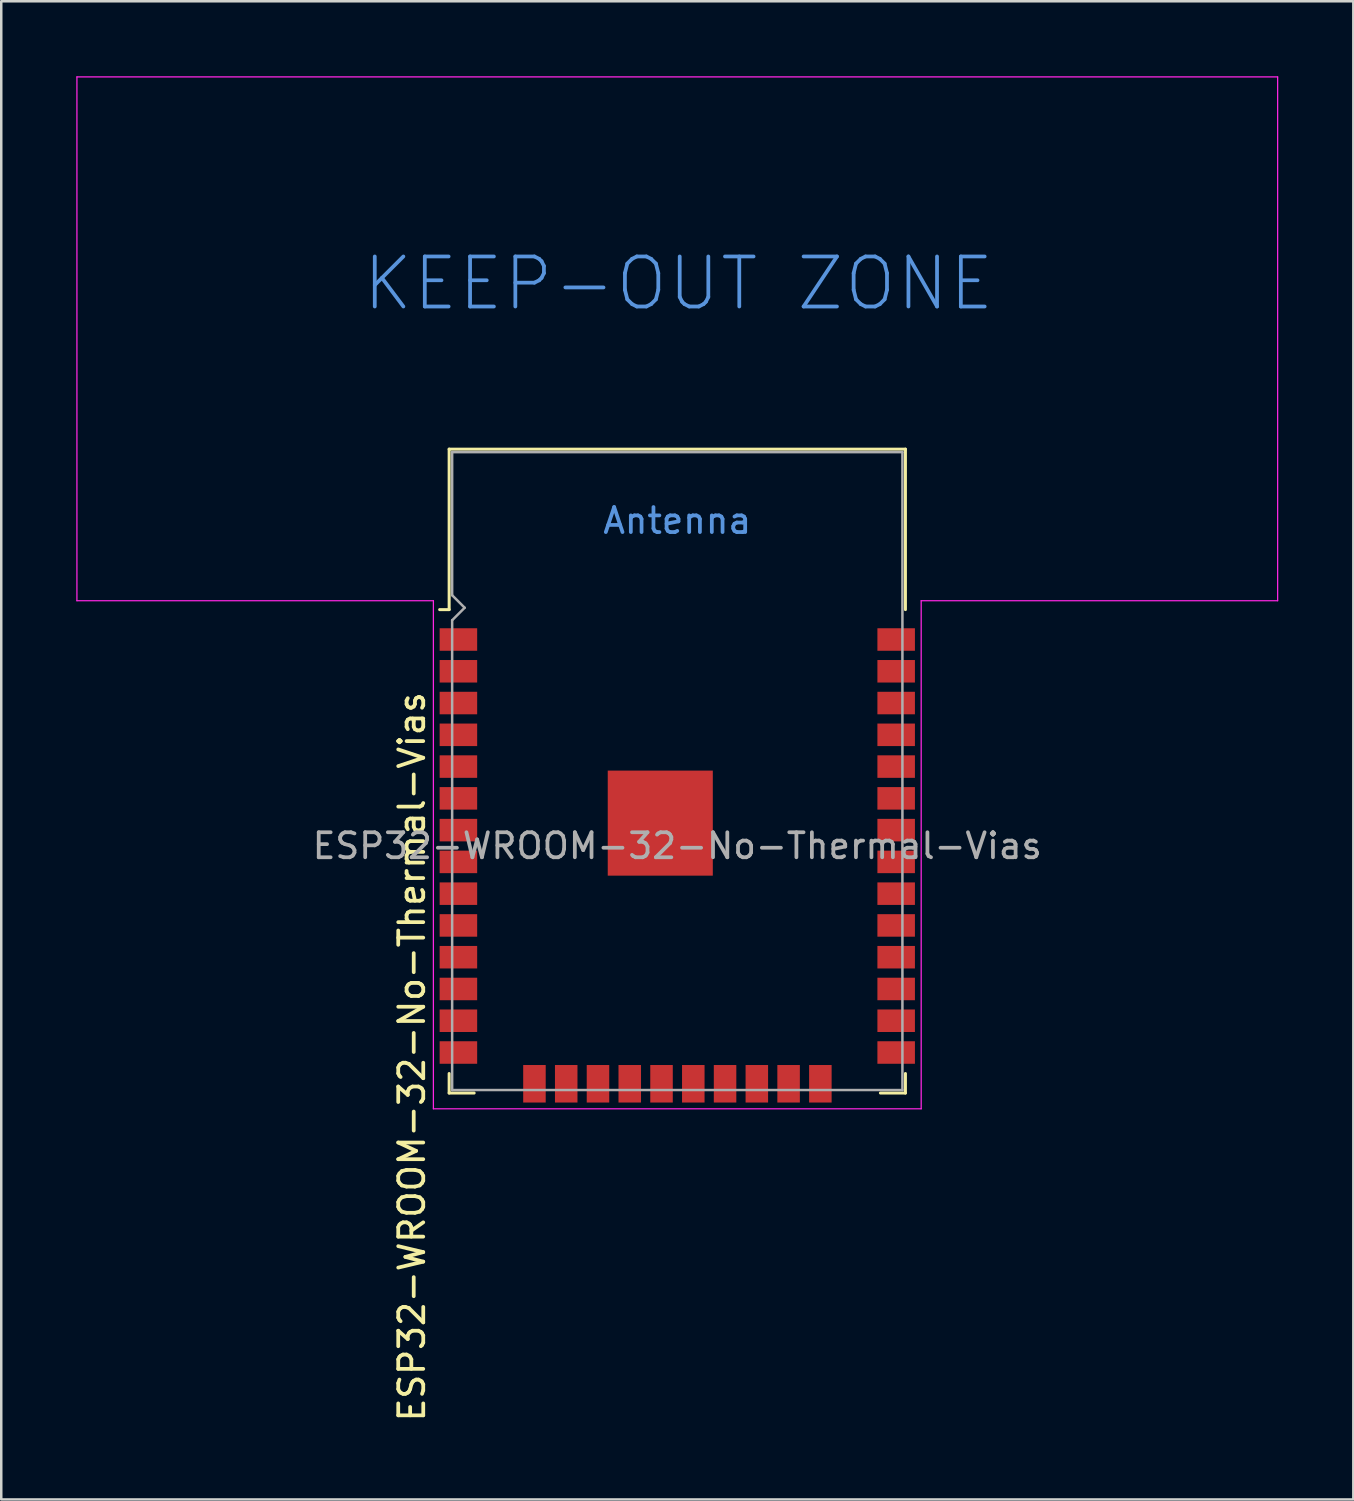
<source format=kicad_pcb>
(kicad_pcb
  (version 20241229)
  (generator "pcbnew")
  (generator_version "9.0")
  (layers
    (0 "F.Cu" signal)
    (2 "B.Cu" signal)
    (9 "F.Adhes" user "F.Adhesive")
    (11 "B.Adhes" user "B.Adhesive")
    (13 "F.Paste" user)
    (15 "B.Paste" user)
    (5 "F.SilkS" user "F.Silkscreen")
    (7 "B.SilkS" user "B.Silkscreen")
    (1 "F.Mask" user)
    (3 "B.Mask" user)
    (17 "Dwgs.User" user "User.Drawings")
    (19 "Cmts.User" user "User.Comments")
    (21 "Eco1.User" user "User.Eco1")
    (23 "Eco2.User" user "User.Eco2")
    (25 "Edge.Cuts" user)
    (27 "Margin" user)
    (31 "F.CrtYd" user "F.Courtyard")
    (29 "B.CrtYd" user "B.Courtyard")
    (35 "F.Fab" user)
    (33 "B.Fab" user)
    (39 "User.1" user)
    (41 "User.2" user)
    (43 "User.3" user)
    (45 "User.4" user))
  (footprint "ESP32-WROOM-32-No-Thermal-Vias"
    (layer "F.Cu")
    (at 24.025 30.765)
    (property "Reference" "ESP32-WROOM-32-No-Thermal-Vias" (at -10.61 8.43 90) (layer "F.SilkS") (effects (font (size 1 1) (thickness 0.15))))
    (attr smd)
    (fp_line (start -9.12 -15.86) (end -9.12 -9.445) (stroke (width 0.12) (type solid)) (layer "F.SilkS"))
    (fp_line (start -9.12 -15.86) (end 9.12 -15.86) (stroke (width 0.12) (type solid)) (layer "F.SilkS"))
    (fp_line (start -9.12 -9.445) (end -9.5 -9.445) (stroke (width 0.12) (type solid)) (layer "F.SilkS"))
    (fp_line (start -9.12 9.1) (end -9.12 9.88) (stroke (width 0.12) (type solid)) (layer "F.SilkS"))
    (fp_line (start -9.12 9.88) (end -8.12 9.88) (stroke (width 0.12) (type solid)) (layer "F.SilkS"))
    (fp_line (start 9.12 -15.86) (end 9.12 -9.445) (stroke (width 0.12) (type solid)) (layer "F.SilkS"))
    (fp_line (start 9.12 9.1) (end 9.12 9.88) (stroke (width 0.12) (type solid)) (layer "F.SilkS"))
    (fp_line (start 9.12 9.88) (end 8.12 9.88) (stroke (width 0.12) (type solid)) (layer "F.SilkS"))
    (fp_line (start -24 -30.74) (end -24 -9.8) (stroke (width 0.05) (type solid)) (layer "F.CrtYd"))
    (fp_line (start -24 -9.8) (end -9.75 -9.8) (stroke (width 0.05) (type solid)) (layer "F.CrtYd"))
    (fp_line (start -9.75 10.51) (end -9.75 -9.8) (stroke (width 0.05) (type solid)) (layer "F.CrtYd"))
    (fp_line (start -9.75 10.51) (end 9.75 10.51) (stroke (width 0.05) (type solid)) (layer "F.CrtYd"))
    (fp_line (start 9.75 -9.8) (end 9.75 10.51) (stroke (width 0.05) (type solid)) (layer "F.CrtYd"))
    (fp_line (start 9.75 -9.8) (end 24 -9.8) (stroke (width 0.05) (type solid)) (layer "F.CrtYd"))
    (fp_line (start 24 -30.74) (end -24 -30.74) (stroke (width 0.05) (type solid)) (layer "F.CrtYd"))
    (fp_line (start 24 -9.8) (end 24 -30.74) (stroke (width 0.05) (type solid)) (layer "F.CrtYd"))
    (fp_line (start -9 -15.74) (end -9 -10.02) (stroke (width 0.1) (type solid)) (layer "F.Fab"))
    (fp_line (start -9 -15.74) (end 9 -15.74) (stroke (width 0.1) (type solid)) (layer "F.Fab"))
    (fp_line (start -9 -9.02) (end -9 9.76) (stroke (width 0.1) (type solid)) (layer "F.Fab"))
    (fp_line (start -9 -9.02) (end -8.5 -9.52) (stroke (width 0.1) (type solid)) (layer "F.Fab"))
    (fp_line (start -9 9.76) (end 9 9.76) (stroke (width 0.1) (type solid)) (layer "F.Fab"))
    (fp_line (start -8.5 -9.52) (end -9 -10.02) (stroke (width 0.1) (type solid)) (layer "F.Fab"))
    (fp_line (start 9 9.76) (end 9 -15.74) (stroke (width 0.1) (type solid)) (layer "F.Fab"))
    (fp_text user "Antenna" (at 0 -13 0) (layer "Cmts.User") (effects (font (size 1 1) (thickness 0.15))))
    (fp_text user "KEEP-OUT ZONE" (at 0.05 -22.48 0) (layer "Cmts.User") (effects (font (size 2 2) (thickness 0.15))))
    (fp_text user "${REFERENCE}" (at 0 0 0) (layer "F.Fab") (effects (font (size 1 1) (thickness 0.15))))
    (pad "1" smd rect (at -8.75 -8.25) (size 1.5 0.9) (layers "F.Cu" "F.Mask" "F.Paste"))
    (pad "2" smd rect (at -8.75 -6.98) (size 1.5 0.9) (layers "F.Cu" "F.Mask" "F.Paste"))
    (pad "3" smd rect (at -8.75 -5.71) (size 1.5 0.9) (layers "F.Cu" "F.Mask" "F.Paste"))
    (pad "4" smd rect (at -8.75 -4.44) (size 1.5 0.9) (layers "F.Cu" "F.Mask" "F.Paste"))
    (pad "5" smd rect (at -8.75 -3.17) (size 1.5 0.9) (layers "F.Cu" "F.Mask" "F.Paste"))
    (pad "6" smd rect (at -8.75 -1.9) (size 1.5 0.9) (layers "F.Cu" "F.Mask" "F.Paste"))
    (pad "7" smd rect (at -8.75 -0.63) (size 1.5 0.9) (layers "F.Cu" "F.Mask" "F.Paste"))
    (pad "8" smd rect (at -8.75 0.64) (size 1.5 0.9) (layers "F.Cu" "F.Mask" "F.Paste"))
    (pad "9" smd rect (at -8.75 1.91) (size 1.5 0.9) (layers "F.Cu" "F.Mask" "F.Paste"))
    (pad "10" smd rect (at -8.75 3.18) (size 1.5 0.9) (layers "F.Cu" "F.Mask" "F.Paste"))
    (pad "11" smd rect (at -8.75 4.45) (size 1.5 0.9) (layers "F.Cu" "F.Mask" "F.Paste"))
    (pad "12" smd rect (at -8.75 5.72) (size 1.5 0.9) (layers "F.Cu" "F.Mask" "F.Paste"))
    (pad "13" smd rect (at -8.75 6.99) (size 1.5 0.9) (layers "F.Cu" "F.Mask" "F.Paste"))
    (pad "14" smd rect (at -8.75 8.26) (size 1.5 0.9) (layers "F.Cu" "F.Mask" "F.Paste"))
    (pad "15" smd rect (at -5.71 9.51 90) (size 1.5 0.9) (layers "F.Cu" "F.Mask" "F.Paste"))
    (pad "16" smd rect (at -4.44 9.51 90) (size 1.5 0.9) (layers "F.Cu" "F.Mask" "F.Paste"))
    (pad "17" smd rect (at -3.17 9.51 90) (size 1.5 0.9) (layers "F.Cu" "F.Mask" "F.Paste"))
    (pad "18" smd rect (at -1.9 9.51 90) (size 1.5 0.9) (layers "F.Cu" "F.Mask" "F.Paste"))
    (pad "19" smd rect (at -0.63 9.51 90) (size 1.5 0.9) (layers "F.Cu" "F.Mask" "F.Paste"))
    (pad "20" smd rect (at 0.64 9.51 90) (size 1.5 0.9) (layers "F.Cu" "F.Mask" "F.Paste"))
    (pad "21" smd rect (at 1.91 9.51 90) (size 1.5 0.9) (layers "F.Cu" "F.Mask" "F.Paste"))
    (pad "22" smd rect (at 3.18 9.51 90) (size 1.5 0.9) (layers "F.Cu" "F.Mask" "F.Paste"))
    (pad "23" smd rect (at 4.45 9.51 90) (size 1.5 0.9) (layers "F.Cu" "F.Mask" "F.Paste"))
    (pad "24" smd rect (at 5.72 9.51 90) (size 1.5 0.9) (layers "F.Cu" "F.Mask" "F.Paste"))
    (pad "25" smd rect (at 8.75 8.26) (size 1.5 0.9) (layers "F.Cu" "F.Mask" "F.Paste"))
    (pad "26" smd rect (at 8.75 6.99) (size 1.5 0.9) (layers "F.Cu" "F.Mask" "F.Paste"))
    (pad "27" smd rect (at 8.75 5.72) (size 1.5 0.9) (layers "F.Cu" "F.Mask" "F.Paste"))
    (pad "28" smd rect (at 8.75 4.45) (size 1.5 0.9) (layers "F.Cu" "F.Mask" "F.Paste"))
    (pad "29" smd rect (at 8.75 3.18) (size 1.5 0.9) (layers "F.Cu" "F.Mask" "F.Paste"))
    (pad "30" smd rect (at 8.75 1.91) (size 1.5 0.9) (layers "F.Cu" "F.Mask" "F.Paste"))
    (pad "31" smd rect (at 8.75 0.64) (size 1.5 0.9) (layers "F.Cu" "F.Mask" "F.Paste"))
    (pad "32" smd rect (at 8.75 -0.63) (size 1.5 0.9) (layers "F.Cu" "F.Mask" "F.Paste"))
    (pad "33" smd rect (at 8.75 -1.9) (size 1.5 0.9) (layers "F.Cu" "F.Mask" "F.Paste"))
    (pad "34" smd rect (at 8.75 -3.17) (size 1.5 0.9) (layers "F.Cu" "F.Mask" "F.Paste"))
    (pad "35" smd rect (at 8.75 -4.44) (size 1.5 0.9) (layers "F.Cu" "F.Mask" "F.Paste"))
    (pad "36" smd rect (at 8.75 -5.71) (size 1.5 0.9) (layers "F.Cu" "F.Mask" "F.Paste"))
    (pad "37" smd rect (at 8.75 -6.98) (size 1.5 0.9) (layers "F.Cu" "F.Mask" "F.Paste"))
    (pad "38" smd rect (at 8.75 -8.25) (size 1.5 0.9) (layers "F.Cu" "F.Mask" "F.Paste"))
    (pad "39" smd rect (at -2.205 -2.435) (size 1.05 1.05) (layers "F.Cu" "F.Paste"))
    (pad "39" smd rect (at -2.205 -0.91) (size 1.05 1.05) (layers "F.Cu" "F.Paste"))
    (pad "39" smd rect (at -2.205 0.615) (size 1.05 1.05) (layers "F.Cu" "F.Paste"))
    (pad "39" smd rect (at -0.68 -2.435) (size 1.05 1.05) (layers "F.Cu" "F.Paste"))
    (pad "39" smd rect (at -0.68 -0.91) (size 1.05 1.05) (layers "F.Cu" "F.Paste"))
    (pad "39" smd rect (at -0.68 -0.91) (size 4.2 4.2) (layers "F.Cu" "F.Mask"))
    (pad "39" smd rect (at -0.68 0.615) (size 1.05 1.05) (layers "F.Cu" "F.Paste"))
    (pad "39" smd rect (at 0.845 -2.435) (size 1.05 1.05) (layers "F.Cu" "F.Paste"))
    (pad "39" smd rect (at 0.845 -0.91) (size 1.05 1.05) (layers "F.Cu" "F.Paste"))
    (pad "39" smd rect (at 0.845 0.615) (size 1.05 1.05) (layers "F.Cu" "F.Paste"))
    (zone (net_name "") (layers "F.Cu" "B.Cu") (hatch full 0.508) (connect_pads) (min_thickness 0.254) (filled_areas_thickness no) (keepout (tracks not_allowed) (vias not_allowed) (pads not_allowed) (copperpour not_allowed) (footprints not_allowed)) (placement (enabled no)) (fill) (polygon (pts (xy 0.025 20.965) (xy 48.025 20.965) (xy 48.025 0.025) (xy 0.025 0.025)))))
  (gr_rect
    (start -3 -3)
    (end 51.05 56.891)
    (stroke (width 0.1) (type default))
    (fill no)
    (layer "Edge.Cuts")))
</source>
